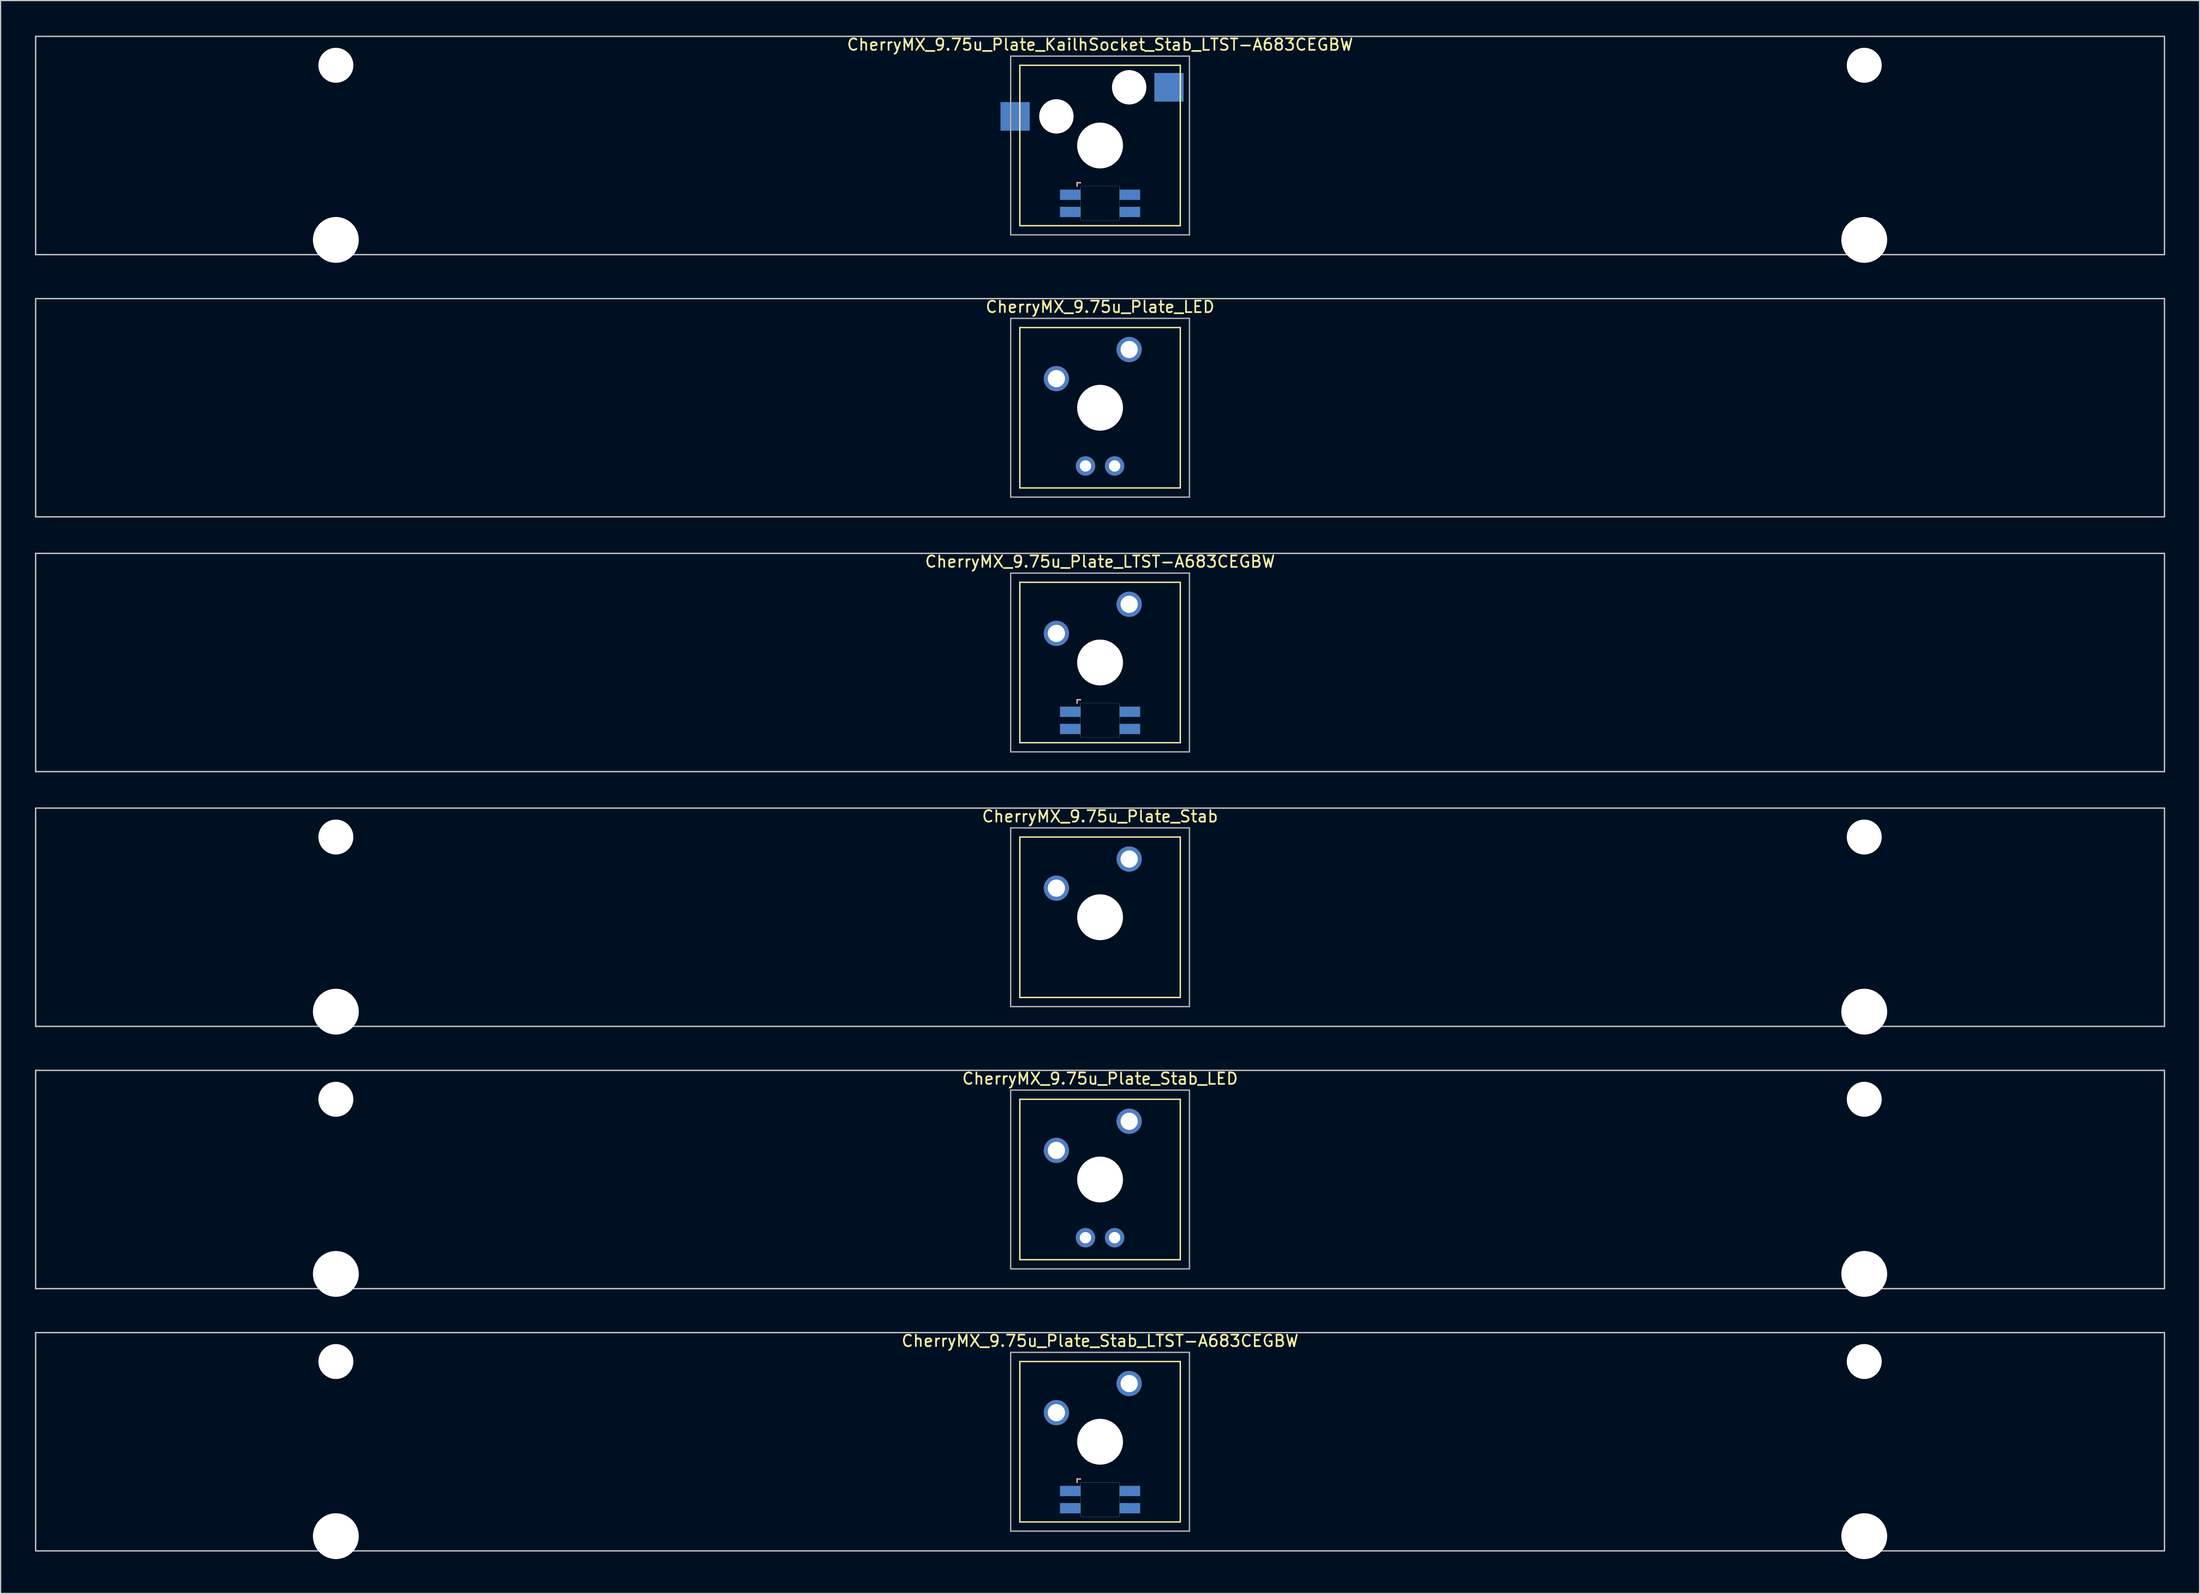
<source format=kicad_pcb>
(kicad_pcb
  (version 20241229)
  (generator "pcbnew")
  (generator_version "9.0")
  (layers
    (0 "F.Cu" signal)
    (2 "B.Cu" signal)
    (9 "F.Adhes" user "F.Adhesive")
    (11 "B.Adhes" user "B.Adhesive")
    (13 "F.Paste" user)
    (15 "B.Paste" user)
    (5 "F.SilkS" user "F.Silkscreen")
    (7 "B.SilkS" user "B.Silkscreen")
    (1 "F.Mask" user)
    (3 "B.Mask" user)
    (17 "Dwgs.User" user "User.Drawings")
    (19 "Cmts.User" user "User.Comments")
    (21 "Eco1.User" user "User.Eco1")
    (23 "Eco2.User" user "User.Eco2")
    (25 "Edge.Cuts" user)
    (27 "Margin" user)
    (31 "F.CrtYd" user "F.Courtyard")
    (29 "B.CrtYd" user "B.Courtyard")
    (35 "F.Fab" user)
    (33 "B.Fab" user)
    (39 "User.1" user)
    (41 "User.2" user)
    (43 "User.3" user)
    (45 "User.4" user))
  (footprint "CherryMX_9.75u_Plate_Stab_LTST-A683CEGBW"
    (layer "F.Cu")
    (at 92.929 122.779)
    (property "Reference" "CherryMX_9.75u_Plate_Stab_LTST-A683CEGBW" (at 0 -8.8 0) (layer "F.SilkS") (effects (font (size 1 1) (thickness 0.15))))
    (attr through_hole)
    (fp_line (start -7 -7) (end -7 7) (stroke (width 0.12) (type solid)) (layer "F.SilkS"))
    (fp_line (start -7 -7) (end 7 -7) (stroke (width 0.12) (type solid)) (layer "F.SilkS"))
    (fp_line (start 7 -7) (end 7 7) (stroke (width 0.12) (type solid)) (layer "F.SilkS"))
    (fp_line (start 7 7) (end -7 7) (stroke (width 0.12) (type solid)) (layer "F.SilkS"))
    (fp_line (start -2 3.25) (end -2 3.55) (stroke (width 0.12) (type solid)) (layer "B.SilkS"))
    (fp_line (start -1.7 3.25) (end -2 3.25) (stroke (width 0.12) (type solid)) (layer "B.SilkS"))
    (fp_line (start -92.869 -9.525) (end 92.869 -9.525) (stroke (width 0.12) (type solid)) (layer "Dwgs.User"))
    (fp_line (start -92.869 9.525) (end -92.869 -9.525) (stroke (width 0.12) (type solid)) (layer "Dwgs.User"))
    (fp_line (start 92.869 -9.525) (end 92.869 9.525) (stroke (width 0.12) (type solid)) (layer "Dwgs.User"))
    (fp_line (start 92.869 9.525) (end -92.869 9.525) (stroke (width 0.12) (type solid)) (layer "Dwgs.User"))
    (fp_poly (pts (xy 1.7 6.55) (xy -1.7 6.55) (xy -1.7 3.55) (xy 1.7 3.55)) (stroke (width 0.01) (type solid)) (fill no) (layer "Edge.Cuts"))
    (fp_line (start -7.8 -7.8) (end -7.8 7.8) (stroke (width 0.12) (type solid)) (layer "F.Fab"))
    (fp_line (start -7.8 -7.8) (end 7.8 -7.8) (stroke (width 0.12) (type solid)) (layer "F.Fab"))
    (fp_line (start -7.8 7.8) (end 7.8 7.8) (stroke (width 0.12) (type solid)) (layer "F.Fab"))
    (fp_line (start 7.8 -7.8) (end 7.8 7.8) (stroke (width 0.12) (type solid)) (layer "F.Fab"))
    (pad "" np_thru_hole circle (at -66.675 -7) (size 3.05 3.05) (drill 3.05) (layers "*.Cu" "*.Mask"))
    (pad "" np_thru_hole circle (at -66.675 8.24) (size 4 4) (drill 4) (layers "*.Cu" "*.Mask"))
    (pad "" np_thru_hole circle (at 0 0) (size 4 4) (drill 4) (layers "*.Cu" "*.Mask"))
    (pad "" np_thru_hole circle (at 66.675 -7) (size 3.05 3.05) (drill 3.05) (layers "*.Cu" "*.Mask"))
    (pad "" np_thru_hole circle (at 66.675 8.24) (size 4 4) (drill 4) (layers "*.Cu" "*.Mask"))
    (pad "1" thru_hole circle (at -3.81 -2.54) (size 2.2 2.2) (drill 1.5) (layers "*.Cu" "*.Mask"))
    (pad "2" thru_hole circle (at 2.54 -5.08) (size 2.2 2.2) (drill 1.5) (layers "*.Cu" "*.Mask"))
    (pad "3" smd rect (at -2.6 4.3) (size 1.8 0.9) (layers "B.Cu" "B.Mask" "B.Paste"))
    (pad "4" smd rect (at -2.6 5.8) (size 1.8 0.9) (layers "B.Cu" "B.Mask" "B.Paste"))
    (pad "5" smd rect (at 2.6 4.3) (size 1.8 0.9) (layers "B.Cu" "B.Mask" "B.Paste"))
    (pad "6" smd rect (at 2.6 5.8) (size 1.8 0.9) (layers "B.Cu" "B.Mask" "B.Paste")))
  (footprint "CherryMX_9.75u_Plate_Stab_LED"
    (layer "F.Cu")
    (at 92.929 99.891)
    (property "Reference" "CherryMX_9.75u_Plate_Stab_LED" (at 0 -8.8 0) (layer "F.SilkS") (effects (font (size 1 1) (thickness 0.15))))
    (attr through_hole)
    (fp_line (start -7 -7) (end -7 7) (stroke (width 0.12) (type solid)) (layer "F.SilkS"))
    (fp_line (start -7 -7) (end 7 -7) (stroke (width 0.12) (type solid)) (layer "F.SilkS"))
    (fp_line (start 7 -7) (end 7 7) (stroke (width 0.12) (type solid)) (layer "F.SilkS"))
    (fp_line (start 7 7) (end -7 7) (stroke (width 0.12) (type solid)) (layer "F.SilkS"))
    (fp_line (start -92.869 -9.525) (end 92.869 -9.525) (stroke (width 0.12) (type solid)) (layer "Dwgs.User"))
    (fp_line (start -92.869 9.525) (end -92.869 -9.525) (stroke (width 0.12) (type solid)) (layer "Dwgs.User"))
    (fp_line (start 92.869 -9.525) (end 92.869 9.525) (stroke (width 0.12) (type solid)) (layer "Dwgs.User"))
    (fp_line (start 92.869 9.525) (end -92.869 9.525) (stroke (width 0.12) (type solid)) (layer "Dwgs.User"))
    (fp_line (start -7.8 -7.8) (end -7.8 7.8) (stroke (width 0.12) (type solid)) (layer "F.Fab"))
    (fp_line (start -7.8 -7.8) (end 7.8 -7.8) (stroke (width 0.12) (type solid)) (layer "F.Fab"))
    (fp_line (start -7.8 7.8) (end 7.8 7.8) (stroke (width 0.12) (type solid)) (layer "F.Fab"))
    (fp_line (start 7.8 -7.8) (end 7.8 7.8) (stroke (width 0.12) (type solid)) (layer "F.Fab"))
    (pad "" np_thru_hole circle (at -66.675 -7) (size 3.05 3.05) (drill 3.05) (layers "*.Cu" "*.Mask"))
    (pad "" np_thru_hole circle (at -66.675 8.24) (size 4 4) (drill 4) (layers "*.Cu" "*.Mask"))
    (pad "" np_thru_hole circle (at 0 0) (size 4 4) (drill 4) (layers "*.Cu" "*.Mask"))
    (pad "" np_thru_hole circle (at 66.675 -7) (size 3.05 3.05) (drill 3.05) (layers "*.Cu" "*.Mask"))
    (pad "" np_thru_hole circle (at 66.675 8.24) (size 4 4) (drill 4) (layers "*.Cu" "*.Mask"))
    (pad "1" thru_hole circle (at -3.81 -2.54) (size 2.2 2.2) (drill 1.5) (layers "*.Cu" "*.Mask"))
    (pad "2" thru_hole circle (at 2.54 -5.08) (size 2.2 2.2) (drill 1.5) (layers "*.Cu" "*.Mask"))
    (pad "3" thru_hole circle (at -1.27 5.08) (size 1.691 1.691) (drill 0.991) (layers "*.Cu" "*.Mask"))
    (pad "4" thru_hole circle (at 1.27 5.08) (size 1.691 1.691) (drill 0.991) (layers "*.Cu" "*.Mask")))
  (footprint "CherryMX_9.75u_Plate_LTST-A683CEGBW"
    (layer "F.Cu")
    (at 92.929 54.77)
    (property "Reference" "CherryMX_9.75u_Plate_LTST-A683CEGBW" (at 0 -8.8 0) (layer "F.SilkS") (effects (font (size 1 1) (thickness 0.15))))
    (attr through_hole)
    (fp_line (start -7 -7) (end -7 7) (stroke (width 0.12) (type solid)) (layer "F.SilkS"))
    (fp_line (start -7 -7) (end 7 -7) (stroke (width 0.12) (type solid)) (layer "F.SilkS"))
    (fp_line (start 7 -7) (end 7 7) (stroke (width 0.12) (type solid)) (layer "F.SilkS"))
    (fp_line (start 7 7) (end -7 7) (stroke (width 0.12) (type solid)) (layer "F.SilkS"))
    (fp_line (start -2 3.25) (end -2 3.55) (stroke (width 0.12) (type solid)) (layer "B.SilkS"))
    (fp_line (start -1.7 3.25) (end -2 3.25) (stroke (width 0.12) (type solid)) (layer "B.SilkS"))
    (fp_line (start -92.869 -9.525) (end 92.869 -9.525) (stroke (width 0.12) (type solid)) (layer "Dwgs.User"))
    (fp_line (start -92.869 9.525) (end -92.869 -9.525) (stroke (width 0.12) (type solid)) (layer "Dwgs.User"))
    (fp_line (start 92.869 -9.525) (end 92.869 9.525) (stroke (width 0.12) (type solid)) (layer "Dwgs.User"))
    (fp_line (start 92.869 9.525) (end -92.869 9.525) (stroke (width 0.12) (type solid)) (layer "Dwgs.User"))
    (fp_poly (pts (xy 1.7 6.55) (xy -1.7 6.55) (xy -1.7 3.55) (xy 1.7 3.55)) (stroke (width 0.01) (type solid)) (fill no) (layer "Edge.Cuts"))
    (fp_line (start -7.8 -7.8) (end -7.8 7.8) (stroke (width 0.12) (type solid)) (layer "F.Fab"))
    (fp_line (start -7.8 -7.8) (end 7.8 -7.8) (stroke (width 0.12) (type solid)) (layer "F.Fab"))
    (fp_line (start -7.8 7.8) (end 7.8 7.8) (stroke (width 0.12) (type solid)) (layer "F.Fab"))
    (fp_line (start 7.8 -7.8) (end 7.8 7.8) (stroke (width 0.12) (type solid)) (layer "F.Fab"))
    (pad "" np_thru_hole circle (at 0 0) (size 4 4) (drill 4) (layers "*.Cu" "*.Mask"))
    (pad "1" thru_hole circle (at -3.81 -2.54) (size 2.2 2.2) (drill 1.5) (layers "*.Cu" "*.Mask"))
    (pad "2" thru_hole circle (at 2.54 -5.08) (size 2.2 2.2) (drill 1.5) (layers "*.Cu" "*.Mask"))
    (pad "3" smd rect (at -2.6 4.3) (size 1.8 0.9) (layers "B.Cu" "B.Mask" "B.Paste"))
    (pad "4" smd rect (at -2.6 5.8) (size 1.8 0.9) (layers "B.Cu" "B.Mask" "B.Paste"))
    (pad "5" smd rect (at 2.6 4.3) (size 1.8 0.9) (layers "B.Cu" "B.Mask" "B.Paste"))
    (pad "6" smd rect (at 2.6 5.8) (size 1.8 0.9) (layers "B.Cu" "B.Mask" "B.Paste")))
  (footprint "CherryMX_9.75u_Plate_KailhSocket_Stab_LTST-A683CEGBW"
    (layer "F.Cu")
    (at 92.929 9.648)
    (property "Reference" "CherryMX_9.75u_Plate_KailhSocket_Stab_LTST-A683CEGBW" (at 0 -8.8 0) (layer "F.SilkS") (effects (font (size 1 1) (thickness 0.15))))
    (attr through_hole)
    (fp_line (start -7 -7) (end -7 7) (stroke (width 0.12) (type solid)) (layer "F.SilkS"))
    (fp_line (start -7 -7) (end 7 -7) (stroke (width 0.12) (type solid)) (layer "F.SilkS"))
    (fp_line (start 7 -7) (end 7 7) (stroke (width 0.12) (type solid)) (layer "F.SilkS"))
    (fp_line (start 7 7) (end -7 7) (stroke (width 0.12) (type solid)) (layer "F.SilkS"))
    (fp_line (start -2 3.25) (end -2 3.55) (stroke (width 0.12) (type solid)) (layer "B.SilkS"))
    (fp_line (start -1.7 3.25) (end -2 3.25) (stroke (width 0.12) (type solid)) (layer "B.SilkS"))
    (fp_line (start -92.869 -9.525) (end 92.869 -9.525) (stroke (width 0.12) (type solid)) (layer "Dwgs.User"))
    (fp_line (start -92.869 9.525) (end -92.869 -9.525) (stroke (width 0.12) (type solid)) (layer "Dwgs.User"))
    (fp_line (start 92.869 -9.525) (end 92.869 9.525) (stroke (width 0.12) (type solid)) (layer "Dwgs.User"))
    (fp_line (start 92.869 9.525) (end -92.869 9.525) (stroke (width 0.12) (type solid)) (layer "Dwgs.User"))
    (fp_poly (pts (xy 1.7 6.55) (xy -1.7 6.55) (xy -1.7 3.55) (xy 1.7 3.55)) (stroke (width 0.01) (type solid)) (fill no) (layer "Edge.Cuts"))
    (fp_line (start -7.8 -7.8) (end -7.8 7.8) (stroke (width 0.12) (type solid)) (layer "F.Fab"))
    (fp_line (start -7.8 -7.8) (end 7.8 -7.8) (stroke (width 0.12) (type solid)) (layer "F.Fab"))
    (fp_line (start -7.8 7.8) (end 7.8 7.8) (stroke (width 0.12) (type solid)) (layer "F.Fab"))
    (fp_line (start 7.8 -7.8) (end 7.8 7.8) (stroke (width 0.12) (type solid)) (layer "F.Fab"))
    (pad "" np_thru_hole circle (at -66.675 -7) (size 3.05 3.05) (drill 3.05) (layers "*.Cu" "*.Mask"))
    (pad "" np_thru_hole circle (at -66.675 8.24) (size 4 4) (drill 4) (layers "*.Cu" "*.Mask"))
    (pad "" np_thru_hole circle (at -3.81 -2.54) (size 3 3) (drill 3) (layers "*.Cu" "*.Mask"))
    (pad "" np_thru_hole circle (at 0 0) (size 4 4) (drill 4) (layers "*.Cu" "*.Mask"))
    (pad "" np_thru_hole circle (at 2.54 -5.08) (size 3 3) (drill 3) (layers "*.Cu" "*.Mask"))
    (pad "" np_thru_hole circle (at 66.675 -7) (size 3.05 3.05) (drill 3.05) (layers "*.Cu" "*.Mask"))
    (pad "" np_thru_hole circle (at 66.675 8.24) (size 4 4) (drill 4) (layers "*.Cu" "*.Mask"))
    (pad "1" smd rect (at -7.41 -2.54) (size 2.55 2.5) (layers "B.Cu" "B.Mask" "B.Paste"))
    (pad "2" smd rect (at 6.015 -5.08) (size 2.55 2.5) (layers "B.Cu" "B.Mask" "B.Paste"))
    (pad "3" smd rect (at -2.6 4.3) (size 1.8 0.9) (layers "B.Cu" "B.Mask" "B.Paste"))
    (pad "4" smd rect (at -2.6 5.8) (size 1.8 0.9) (layers "B.Cu" "B.Mask" "B.Paste"))
    (pad "5" smd rect (at 2.6 4.3) (size 1.8 0.9) (layers "B.Cu" "B.Mask" "B.Paste"))
    (pad "6" smd rect (at 2.6 5.8) (size 1.8 0.9) (layers "B.Cu" "B.Mask" "B.Paste")))
  (footprint "CherryMX_9.75u_Plate_Stab"
    (layer "F.Cu")
    (at 92.929 77.003)
    (property "Reference" "CherryMX_9.75u_Plate_Stab" (at 0 -8.8 0) (layer "F.SilkS") (effects (font (size 1 1) (thickness 0.15))))
    (attr through_hole)
    (fp_line (start -7 -7) (end -7 7) (stroke (width 0.12) (type solid)) (layer "F.SilkS"))
    (fp_line (start -7 -7) (end 7 -7) (stroke (width 0.12) (type solid)) (layer "F.SilkS"))
    (fp_line (start 7 -7) (end 7 7) (stroke (width 0.12) (type solid)) (layer "F.SilkS"))
    (fp_line (start 7 7) (end -7 7) (stroke (width 0.12) (type solid)) (layer "F.SilkS"))
    (fp_line (start -92.869 -9.525) (end 92.869 -9.525) (stroke (width 0.12) (type solid)) (layer "Dwgs.User"))
    (fp_line (start -92.869 9.525) (end -92.869 -9.525) (stroke (width 0.12) (type solid)) (layer "Dwgs.User"))
    (fp_line (start 92.869 -9.525) (end 92.869 9.525) (stroke (width 0.12) (type solid)) (layer "Dwgs.User"))
    (fp_line (start 92.869 9.525) (end -92.869 9.525) (stroke (width 0.12) (type solid)) (layer "Dwgs.User"))
    (fp_line (start -7.8 -7.8) (end -7.8 7.8) (stroke (width 0.12) (type solid)) (layer "F.Fab"))
    (fp_line (start -7.8 -7.8) (end 7.8 -7.8) (stroke (width 0.12) (type solid)) (layer "F.Fab"))
    (fp_line (start -7.8 7.8) (end 7.8 7.8) (stroke (width 0.12) (type solid)) (layer "F.Fab"))
    (fp_line (start 7.8 -7.8) (end 7.8 7.8) (stroke (width 0.12) (type solid)) (layer "F.Fab"))
    (pad "" np_thru_hole circle (at -66.675 -7) (size 3.05 3.05) (drill 3.05) (layers "*.Cu" "*.Mask"))
    (pad "" np_thru_hole circle (at -66.675 8.24) (size 4 4) (drill 4) (layers "*.Cu" "*.Mask"))
    (pad "" np_thru_hole circle (at 0 0) (size 4 4) (drill 4) (layers "*.Cu" "*.Mask"))
    (pad "" np_thru_hole circle (at 66.675 -7) (size 3.05 3.05) (drill 3.05) (layers "*.Cu" "*.Mask"))
    (pad "" np_thru_hole circle (at 66.675 8.24) (size 4 4) (drill 4) (layers "*.Cu" "*.Mask"))
    (pad "1" thru_hole circle (at -3.81 -2.54) (size 2.2 2.2) (drill 1.5) (layers "*.Cu" "*.Mask"))
    (pad "2" thru_hole circle (at 2.54 -5.08) (size 2.2 2.2) (drill 1.5) (layers "*.Cu" "*.Mask")))
  (footprint "CherryMX_9.75u_Plate_LED"
    (layer "F.Cu")
    (at 92.929 32.536)
    (property "Reference" "CherryMX_9.75u_Plate_LED" (at 0 -8.8 0) (layer "F.SilkS") (effects (font (size 1 1) (thickness 0.15))))
    (attr through_hole)
    (fp_line (start -7 -7) (end -7 7) (stroke (width 0.12) (type solid)) (layer "F.SilkS"))
    (fp_line (start -7 -7) (end 7 -7) (stroke (width 0.12) (type solid)) (layer "F.SilkS"))
    (fp_line (start 7 -7) (end 7 7) (stroke (width 0.12) (type solid)) (layer "F.SilkS"))
    (fp_line (start 7 7) (end -7 7) (stroke (width 0.12) (type solid)) (layer "F.SilkS"))
    (fp_line (start -92.869 -9.525) (end 92.869 -9.525) (stroke (width 0.12) (type solid)) (layer "Dwgs.User"))
    (fp_line (start -92.869 9.525) (end -92.869 -9.525) (stroke (width 0.12) (type solid)) (layer "Dwgs.User"))
    (fp_line (start 92.869 -9.525) (end 92.869 9.525) (stroke (width 0.12) (type solid)) (layer "Dwgs.User"))
    (fp_line (start 92.869 9.525) (end -92.869 9.525) (stroke (width 0.12) (type solid)) (layer "Dwgs.User"))
    (fp_line (start -7.8 -7.8) (end -7.8 7.8) (stroke (width 0.12) (type solid)) (layer "F.Fab"))
    (fp_line (start -7.8 -7.8) (end 7.8 -7.8) (stroke (width 0.12) (type solid)) (layer "F.Fab"))
    (fp_line (start -7.8 7.8) (end 7.8 7.8) (stroke (width 0.12) (type solid)) (layer "F.Fab"))
    (fp_line (start 7.8 -7.8) (end 7.8 7.8) (stroke (width 0.12) (type solid)) (layer "F.Fab"))
    (pad "" np_thru_hole circle (at 0 0) (size 4 4) (drill 4) (layers "*.Cu" "*.Mask"))
    (pad "1" thru_hole circle (at -3.81 -2.54) (size 2.2 2.2) (drill 1.5) (layers "*.Cu" "*.Mask"))
    (pad "2" thru_hole circle (at 2.54 -5.08) (size 2.2 2.2) (drill 1.5) (layers "*.Cu" "*.Mask"))
    (pad "3" thru_hole circle (at -1.27 5.08) (size 1.691 1.691) (drill 0.991) (layers "*.Cu" "*.Mask"))
    (pad "4" thru_hole circle (at 1.27 5.08) (size 1.691 1.691) (drill 0.991) (layers "*.Cu" "*.Mask")))
  (gr_rect
    (start -3 -3)
    (end 188.857 136.019)
    (stroke (width 0.1) (type default))
    (fill no)
    (layer "Edge.Cuts")))
</source>
